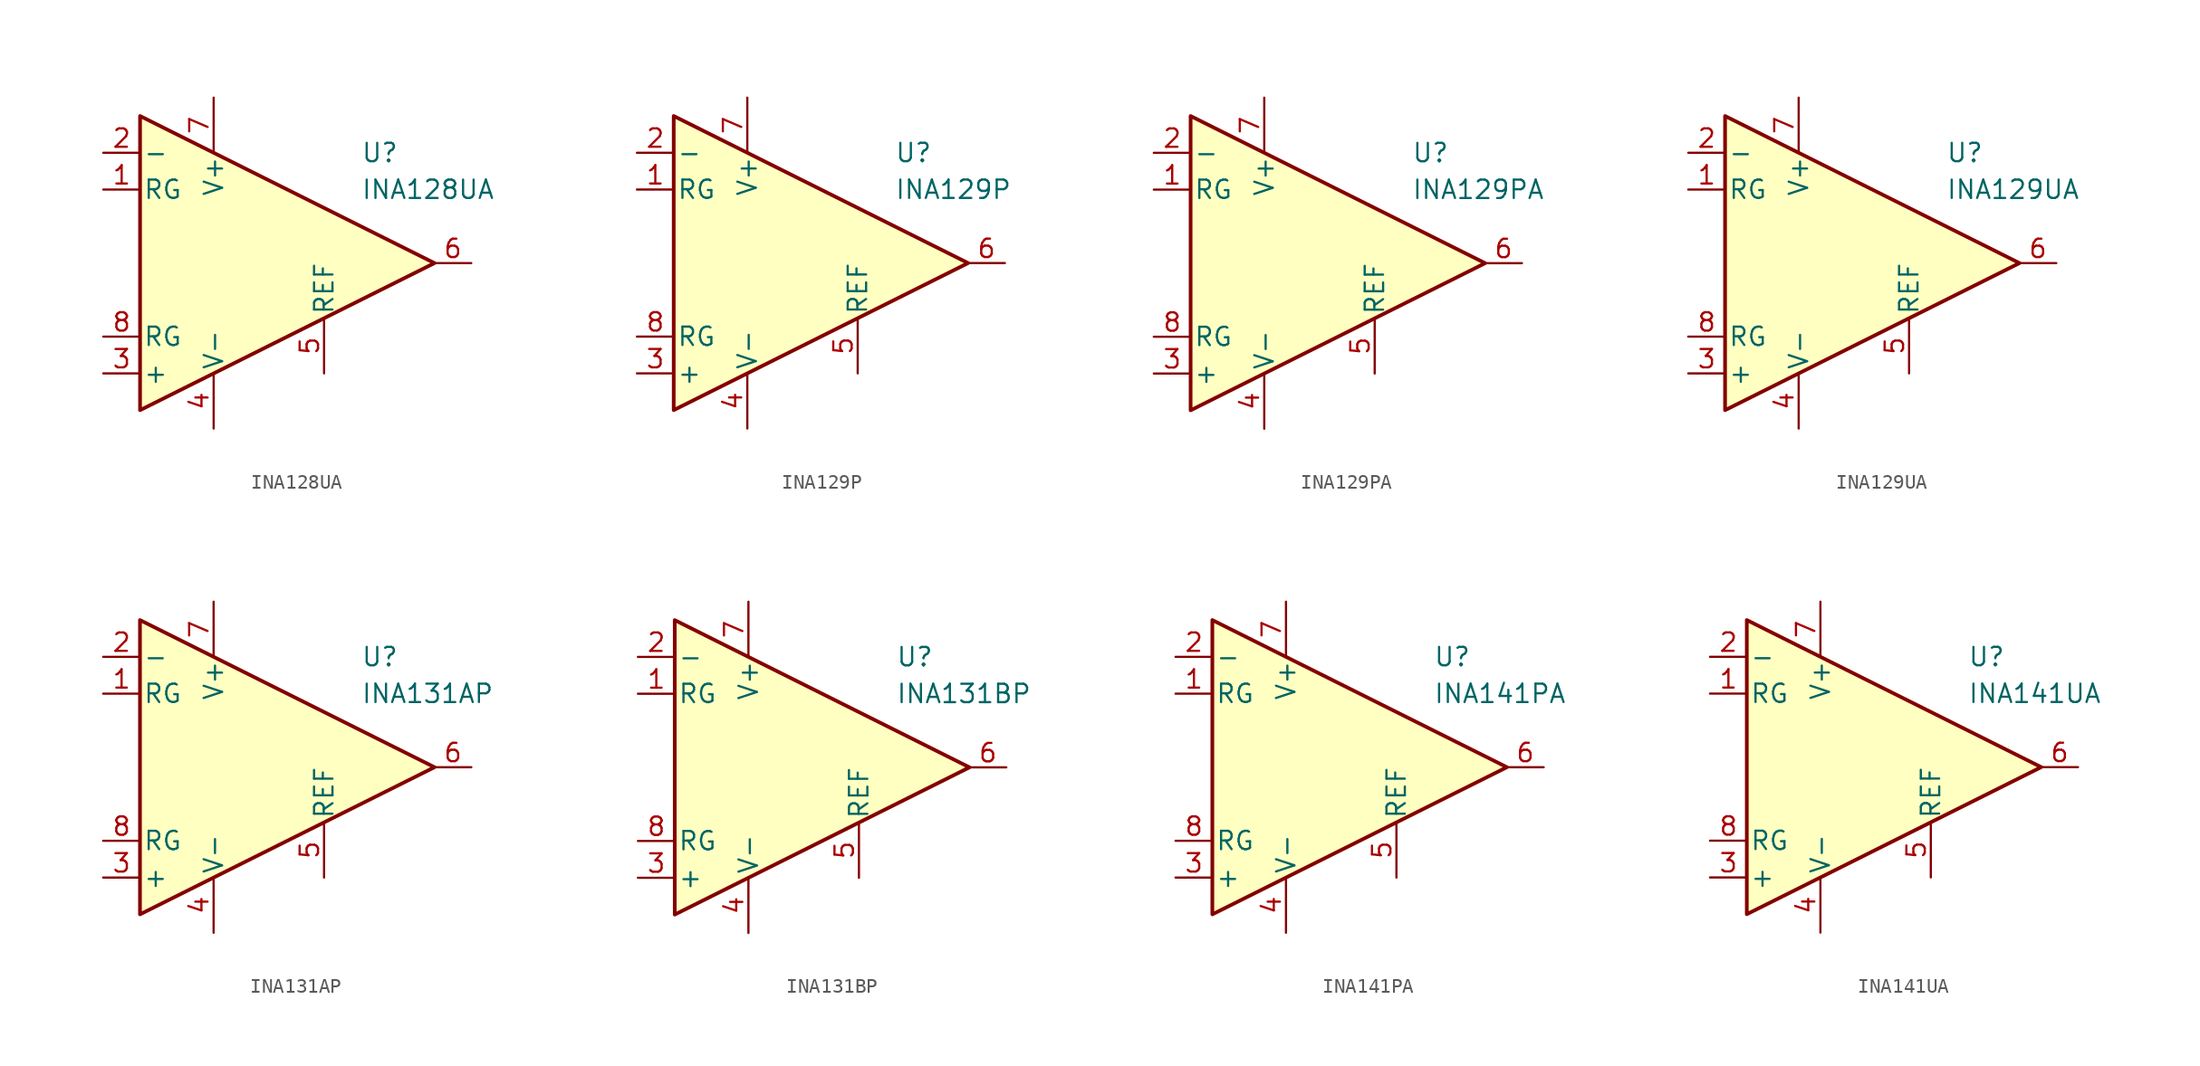
<source format=kicad_sym>
(kicad_symbol_lib
  (version 20231120)
  (generator "kicad_symbol_editor")
  (generator_version "8.0")
  (symbol "INA128UA"
    (pin_names
      (offset 0.2))
    (property "Reference" "U"
      (at 6.35 7.62 0)
      (effects (font (size 1.27 1.27)) (justify left)))
    (property "Value" "INA128UA"
      (at 6.35 5.08 0)
      (effects (font (size 1.27 1.27)) (justify left)))
    (symbol "INA128UA_0_1"
      (polyline (pts (xy -8.89 10.16) (xy -8.89 -10.16) (xy 11.43 0) (xy -8.89 10.16)) (stroke (width 0.254) (type default)) (fill (type background))))
    (symbol "INA128UA_1_1"
      (pin passive line (at -11.43 5.08 0) (length 2.54) (name "RG" (effects (font (size 1.27 1.27)))) (number "1" (effects (font (size 1.27 1.27)))))
      (pin input line (at -11.43 7.62 0) (length 2.54) (name "-" (effects (font (size 1.27 1.27)))) (number "2" (effects (font (size 1.27 1.27)))))
      (pin input line (at -11.43 -7.62 0) (length 2.54) (name "+" (effects (font (size 1.27 1.27)))) (number "3" (effects (font (size 1.27 1.27)))))
      (pin power_in line (at -3.81 -11.43 90) (length 3.81) (name "V-" (effects (font (size 1.27 1.27)))) (number "4" (effects (font (size 1.27 1.27)))))
      (pin input line (at 3.81 -7.62 90) (length 3.81) (name "REF" (effects (font (size 1.27 1.27)))) (number "5" (effects (font (size 1.27 1.27)))))
      (pin output line (at 13.97 0 180) (length 2.54) (name "~" (effects (font (size 1.27 1.27)))) (number "6" (effects (font (size 1.27 1.27)))))
      (pin power_in line (at -3.81 11.43 270) (length 3.81) (name "V+" (effects (font (size 1.27 1.27)))) (number "7" (effects (font (size 1.27 1.27)))))
      (pin passive line (at -11.43 -5.08 0) (length 2.54) (name "RG" (effects (font (size 1.27 1.27)))) (number "8" (effects (font (size 1.27 1.27)))))))
  (symbol "INA129P"
    (pin_names
      (offset 0.2))
    (property "Reference" "U"
      (at 6.35 7.62 0)
      (effects (font (size 1.27 1.27)) (justify left)))
    (property "Value" "INA129P"
      (at 6.35 5.08 0)
      (effects (font (size 1.27 1.27)) (justify left)))
    (symbol "INA129P_0_1"
      (polyline (pts (xy -8.89 10.16) (xy -8.89 -10.16) (xy 11.43 0) (xy -8.89 10.16)) (stroke (width 0.254) (type default)) (fill (type background))))
    (symbol "INA129P_1_1"
      (pin passive line (at -11.43 5.08 0) (length 2.54) (name "RG" (effects (font (size 1.27 1.27)))) (number "1" (effects (font (size 1.27 1.27)))))
      (pin input line (at -11.43 7.62 0) (length 2.54) (name "-" (effects (font (size 1.27 1.27)))) (number "2" (effects (font (size 1.27 1.27)))))
      (pin input line (at -11.43 -7.62 0) (length 2.54) (name "+" (effects (font (size 1.27 1.27)))) (number "3" (effects (font (size 1.27 1.27)))))
      (pin power_in line (at -3.81 -11.43 90) (length 3.81) (name "V-" (effects (font (size 1.27 1.27)))) (number "4" (effects (font (size 1.27 1.27)))))
      (pin input line (at 3.81 -7.62 90) (length 3.81) (name "REF" (effects (font (size 1.27 1.27)))) (number "5" (effects (font (size 1.27 1.27)))))
      (pin output line (at 13.97 0 180) (length 2.54) (name "~" (effects (font (size 1.27 1.27)))) (number "6" (effects (font (size 1.27 1.27)))))
      (pin power_in line (at -3.81 11.43 270) (length 3.81) (name "V+" (effects (font (size 1.27 1.27)))) (number "7" (effects (font (size 1.27 1.27)))))
      (pin passive line (at -11.43 -5.08 0) (length 2.54) (name "RG" (effects (font (size 1.27 1.27)))) (number "8" (effects (font (size 1.27 1.27)))))))
  (symbol "INA129PA"
    (pin_names
      (offset 0.2))
    (property "Reference" "U"
      (at 6.35 7.62 0)
      (effects (font (size 1.27 1.27)) (justify left)))
    (property "Value" "INA129PA"
      (at 6.35 5.08 0)
      (effects (font (size 1.27 1.27)) (justify left)))
    (symbol "INA129PA_0_1"
      (polyline (pts (xy -8.89 10.16) (xy -8.89 -10.16) (xy 11.43 0) (xy -8.89 10.16)) (stroke (width 0.254) (type default)) (fill (type background))))
    (symbol "INA129PA_1_1"
      (pin passive line (at -11.43 5.08 0) (length 2.54) (name "RG" (effects (font (size 1.27 1.27)))) (number "1" (effects (font (size 1.27 1.27)))))
      (pin input line (at -11.43 7.62 0) (length 2.54) (name "-" (effects (font (size 1.27 1.27)))) (number "2" (effects (font (size 1.27 1.27)))))
      (pin input line (at -11.43 -7.62 0) (length 2.54) (name "+" (effects (font (size 1.27 1.27)))) (number "3" (effects (font (size 1.27 1.27)))))
      (pin power_in line (at -3.81 -11.43 90) (length 3.81) (name "V-" (effects (font (size 1.27 1.27)))) (number "4" (effects (font (size 1.27 1.27)))))
      (pin input line (at 3.81 -7.62 90) (length 3.81) (name "REF" (effects (font (size 1.27 1.27)))) (number "5" (effects (font (size 1.27 1.27)))))
      (pin output line (at 13.97 0 180) (length 2.54) (name "~" (effects (font (size 1.27 1.27)))) (number "6" (effects (font (size 1.27 1.27)))))
      (pin power_in line (at -3.81 11.43 270) (length 3.81) (name "V+" (effects (font (size 1.27 1.27)))) (number "7" (effects (font (size 1.27 1.27)))))
      (pin passive line (at -11.43 -5.08 0) (length 2.54) (name "RG" (effects (font (size 1.27 1.27)))) (number "8" (effects (font (size 1.27 1.27)))))))
  (symbol "INA129UA"
    (pin_names
      (offset 0.2))
    (property "Reference" "U"
      (at 6.35 7.62 0)
      (effects (font (size 1.27 1.27)) (justify left)))
    (property "Value" "INA129UA"
      (at 6.35 5.08 0)
      (effects (font (size 1.27 1.27)) (justify left)))
    (symbol "INA129UA_0_1"
      (polyline (pts (xy -8.89 10.16) (xy -8.89 -10.16) (xy 11.43 0) (xy -8.89 10.16)) (stroke (width 0.254) (type default)) (fill (type background))))
    (symbol "INA129UA_1_1"
      (pin passive line (at -11.43 5.08 0) (length 2.54) (name "RG" (effects (font (size 1.27 1.27)))) (number "1" (effects (font (size 1.27 1.27)))))
      (pin input line (at -11.43 7.62 0) (length 2.54) (name "-" (effects (font (size 1.27 1.27)))) (number "2" (effects (font (size 1.27 1.27)))))
      (pin input line (at -11.43 -7.62 0) (length 2.54) (name "+" (effects (font (size 1.27 1.27)))) (number "3" (effects (font (size 1.27 1.27)))))
      (pin power_in line (at -3.81 -11.43 90) (length 3.81) (name "V-" (effects (font (size 1.27 1.27)))) (number "4" (effects (font (size 1.27 1.27)))))
      (pin input line (at 3.81 -7.62 90) (length 3.81) (name "REF" (effects (font (size 1.27 1.27)))) (number "5" (effects (font (size 1.27 1.27)))))
      (pin output line (at 13.97 0 180) (length 2.54) (name "~" (effects (font (size 1.27 1.27)))) (number "6" (effects (font (size 1.27 1.27)))))
      (pin power_in line (at -3.81 11.43 270) (length 3.81) (name "V+" (effects (font (size 1.27 1.27)))) (number "7" (effects (font (size 1.27 1.27)))))
      (pin passive line (at -11.43 -5.08 0) (length 2.54) (name "RG" (effects (font (size 1.27 1.27)))) (number "8" (effects (font (size 1.27 1.27)))))))
  (symbol "INA131AP"
    (pin_names
      (offset 0.2))
    (property "Reference" "U"
      (at 6.35 7.62 0)
      (effects (font (size 1.27 1.27)) (justify left)))
    (property "Value" "INA131AP"
      (at 6.35 5.08 0)
      (effects (font (size 1.27 1.27)) (justify left)))
    (symbol "INA131AP_0_1"
      (polyline (pts (xy -8.89 10.16) (xy -8.89 -10.16) (xy 11.43 0) (xy -8.89 10.16)) (stroke (width 0.254) (type default)) (fill (type background))))
    (symbol "INA131AP_1_1"
      (pin passive line (at -11.43 5.08 0) (length 2.54) (name "RG" (effects (font (size 1.27 1.27)))) (number "1" (effects (font (size 1.27 1.27)))))
      (pin input line (at -11.43 7.62 0) (length 2.54) (name "-" (effects (font (size 1.27 1.27)))) (number "2" (effects (font (size 1.27 1.27)))))
      (pin input line (at -11.43 -7.62 0) (length 2.54) (name "+" (effects (font (size 1.27 1.27)))) (number "3" (effects (font (size 1.27 1.27)))))
      (pin power_in line (at -3.81 -11.43 90) (length 3.81) (name "V-" (effects (font (size 1.27 1.27)))) (number "4" (effects (font (size 1.27 1.27)))))
      (pin input line (at 3.81 -7.62 90) (length 3.81) (name "REF" (effects (font (size 1.27 1.27)))) (number "5" (effects (font (size 1.27 1.27)))))
      (pin output line (at 13.97 0 180) (length 2.54) (name "~" (effects (font (size 1.27 1.27)))) (number "6" (effects (font (size 1.27 1.27)))))
      (pin power_in line (at -3.81 11.43 270) (length 3.81) (name "V+" (effects (font (size 1.27 1.27)))) (number "7" (effects (font (size 1.27 1.27)))))
      (pin passive line (at -11.43 -5.08 0) (length 2.54) (name "RG" (effects (font (size 1.27 1.27)))) (number "8" (effects (font (size 1.27 1.27)))))))
  (symbol "INA131BP"
    (pin_names
      (offset 0.2))
    (property "Reference" "U"
      (at 6.35 7.62 0)
      (effects (font (size 1.27 1.27)) (justify left)))
    (property "Value" "INA131BP"
      (at 6.35 5.08 0)
      (effects (font (size 1.27 1.27)) (justify left)))
    (symbol "INA131BP_0_1"
      (polyline (pts (xy -8.89 10.16) (xy -8.89 -10.16) (xy 11.43 0) (xy -8.89 10.16)) (stroke (width 0.254) (type default)) (fill (type background))))
    (symbol "INA131BP_1_1"
      (pin passive line (at -11.43 5.08 0) (length 2.54) (name "RG" (effects (font (size 1.27 1.27)))) (number "1" (effects (font (size 1.27 1.27)))))
      (pin input line (at -11.43 7.62 0) (length 2.54) (name "-" (effects (font (size 1.27 1.27)))) (number "2" (effects (font (size 1.27 1.27)))))
      (pin input line (at -11.43 -7.62 0) (length 2.54) (name "+" (effects (font (size 1.27 1.27)))) (number "3" (effects (font (size 1.27 1.27)))))
      (pin power_in line (at -3.81 -11.43 90) (length 3.81) (name "V-" (effects (font (size 1.27 1.27)))) (number "4" (effects (font (size 1.27 1.27)))))
      (pin input line (at 3.81 -7.62 90) (length 3.81) (name "REF" (effects (font (size 1.27 1.27)))) (number "5" (effects (font (size 1.27 1.27)))))
      (pin output line (at 13.97 0 180) (length 2.54) (name "~" (effects (font (size 1.27 1.27)))) (number "6" (effects (font (size 1.27 1.27)))))
      (pin power_in line (at -3.81 11.43 270) (length 3.81) (name "V+" (effects (font (size 1.27 1.27)))) (number "7" (effects (font (size 1.27 1.27)))))
      (pin passive line (at -11.43 -5.08 0) (length 2.54) (name "RG" (effects (font (size 1.27 1.27)))) (number "8" (effects (font (size 1.27 1.27)))))))
  (symbol "INA141PA"
    (pin_names
      (offset 0.2))
    (property "Reference" "U"
      (at 6.35 7.62 0)
      (effects (font (size 1.27 1.27)) (justify left)))
    (property "Value" "INA141PA"
      (at 6.35 5.08 0)
      (effects (font (size 1.27 1.27)) (justify left)))
    (symbol "INA141PA_0_1"
      (polyline (pts (xy -8.89 10.16) (xy -8.89 -10.16) (xy 11.43 0) (xy -8.89 10.16)) (stroke (width 0.254) (type default)) (fill (type background))))
    (symbol "INA141PA_1_1"
      (pin passive line (at -11.43 5.08 0) (length 2.54) (name "RG" (effects (font (size 1.27 1.27)))) (number "1" (effects (font (size 1.27 1.27)))))
      (pin input line (at -11.43 7.62 0) (length 2.54) (name "-" (effects (font (size 1.27 1.27)))) (number "2" (effects (font (size 1.27 1.27)))))
      (pin input line (at -11.43 -7.62 0) (length 2.54) (name "+" (effects (font (size 1.27 1.27)))) (number "3" (effects (font (size 1.27 1.27)))))
      (pin power_in line (at -3.81 -11.43 90) (length 3.81) (name "V-" (effects (font (size 1.27 1.27)))) (number "4" (effects (font (size 1.27 1.27)))))
      (pin input line (at 3.81 -7.62 90) (length 3.81) (name "REF" (effects (font (size 1.27 1.27)))) (number "5" (effects (font (size 1.27 1.27)))))
      (pin output line (at 13.97 0 180) (length 2.54) (name "~" (effects (font (size 1.27 1.27)))) (number "6" (effects (font (size 1.27 1.27)))))
      (pin power_in line (at -3.81 11.43 270) (length 3.81) (name "V+" (effects (font (size 1.27 1.27)))) (number "7" (effects (font (size 1.27 1.27)))))
      (pin passive line (at -11.43 -5.08 0) (length 2.54) (name "RG" (effects (font (size 1.27 1.27)))) (number "8" (effects (font (size 1.27 1.27)))))))
  (symbol "INA141UA"
    (pin_names
      (offset 0.2))
    (property "Reference" "U"
      (at 6.35 7.62 0)
      (effects (font (size 1.27 1.27)) (justify left)))
    (property "Value" "INA141UA"
      (at 6.35 5.08 0)
      (effects (font (size 1.27 1.27)) (justify left)))
    (symbol "INA141UA_0_1"
      (polyline (pts (xy -8.89 10.16) (xy -8.89 -10.16) (xy 11.43 0) (xy -8.89 10.16)) (stroke (width 0.254) (type default)) (fill (type background))))
    (symbol "INA141UA_1_1"
      (pin passive line (at -11.43 5.08 0) (length 2.54) (name "RG" (effects (font (size 1.27 1.27)))) (number "1" (effects (font (size 1.27 1.27)))))
      (pin input line (at -11.43 7.62 0) (length 2.54) (name "-" (effects (font (size 1.27 1.27)))) (number "2" (effects (font (size 1.27 1.27)))))
      (pin input line (at -11.43 -7.62 0) (length 2.54) (name "+" (effects (font (size 1.27 1.27)))) (number "3" (effects (font (size 1.27 1.27)))))
      (pin power_in line (at -3.81 -11.43 90) (length 3.81) (name "V-" (effects (font (size 1.27 1.27)))) (number "4" (effects (font (size 1.27 1.27)))))
      (pin input line (at 3.81 -7.62 90) (length 3.81) (name "REF" (effects (font (size 1.27 1.27)))) (number "5" (effects (font (size 1.27 1.27)))))
      (pin output line (at 13.97 0 180) (length 2.54) (name "~" (effects (font (size 1.27 1.27)))) (number "6" (effects (font (size 1.27 1.27)))))
      (pin power_in line (at -3.81 11.43 270) (length 3.81) (name "V+" (effects (font (size 1.27 1.27)))) (number "7" (effects (font (size 1.27 1.27)))))
      (pin passive line (at -11.43 -5.08 0) (length 2.54) (name "RG" (effects (font (size 1.27 1.27)))) (number "8" (effects (font (size 1.27 1.27))))))))
</source>
